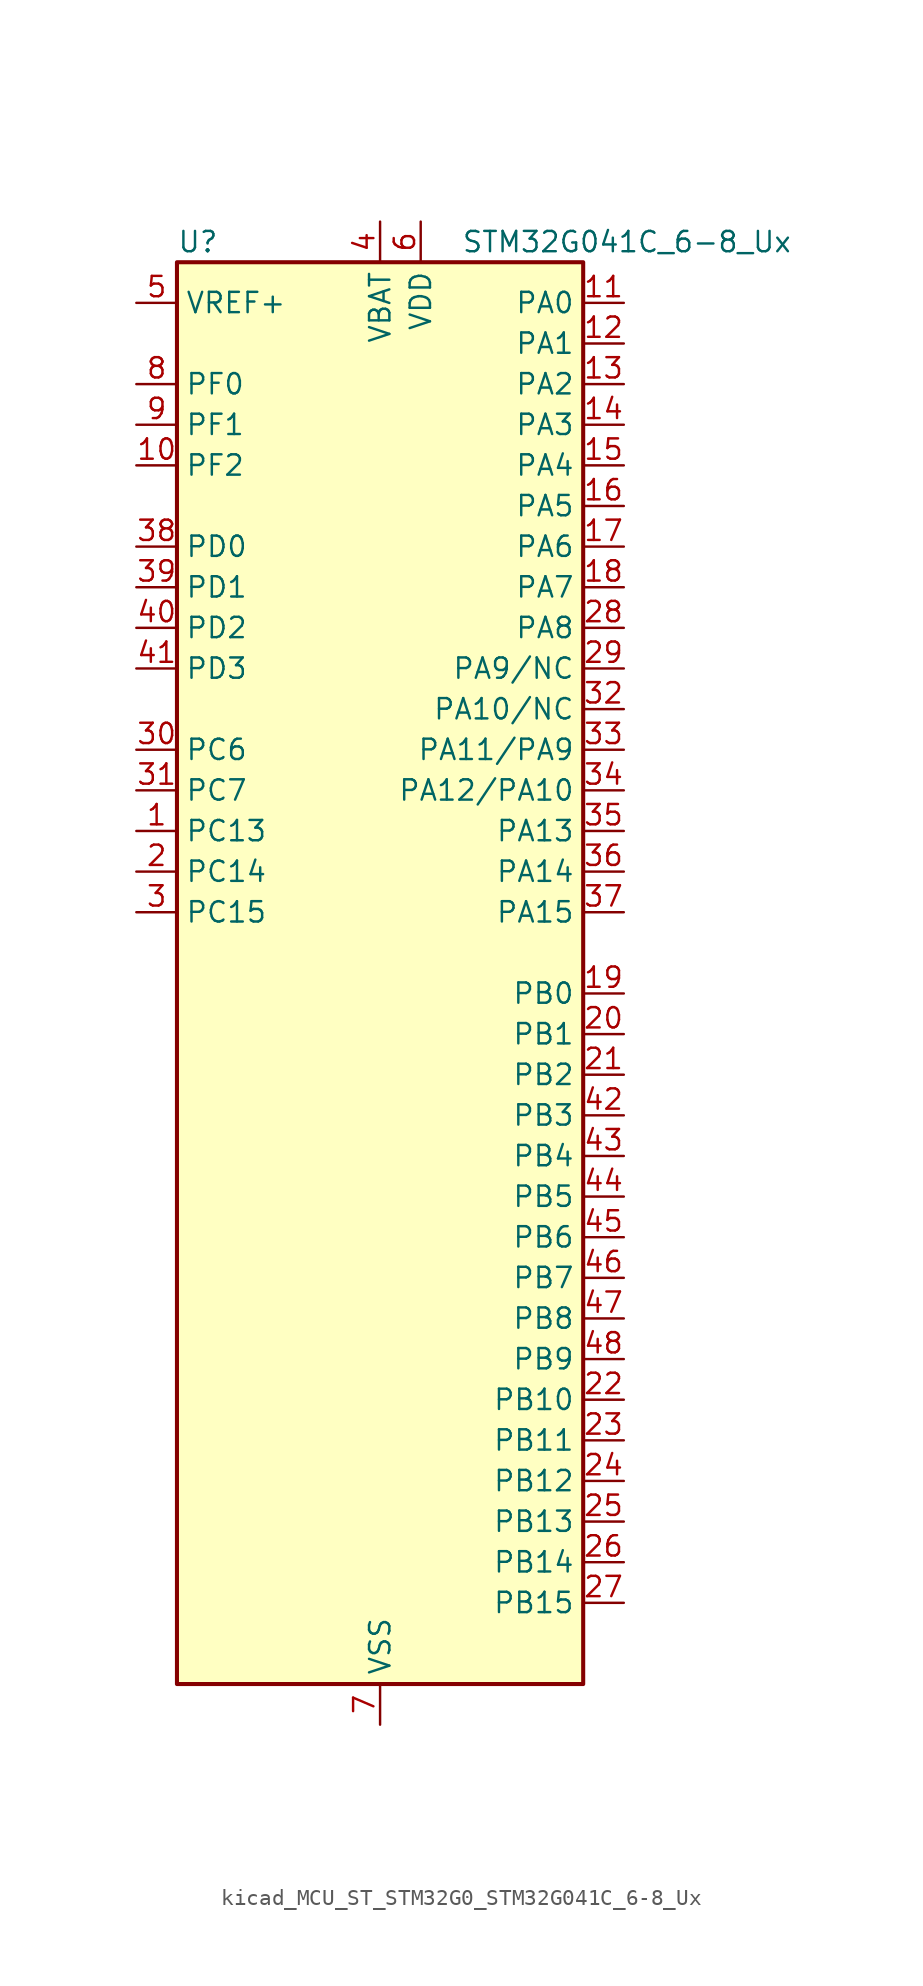
<source format=kicad_sym>
(kicad_symbol_lib
  (version 20220914)
  (generator kicad_symbol_editor)
  (symbol "kicad_MCU_ST_STM32G0_STM32G041C_6-8_Ux"
    (property "Reference" "U"
      (at -12.7 46.99 0)
      (effects (font (size 1.27 1.27)) (justify left)))
    (property "Value" "STM32G041C_6-8_Ux"
      (at 5.08 46.99 0)
      (effects (font (size 1.27 1.27)) (justify left)))
    (property "ki_locked" ""
      (at 0 0 0)
      (effects (font (size 1.27 1.27))))
    (symbol "kicad_MCU_ST_STM32G0_STM32G041C_6-8_Ux_0_1"
      (rectangle (start -12.7 -43.18) (end 12.7 45.72) (stroke (width 0.254) (type default)) (fill (type background))))
    (symbol "kicad_MCU_ST_STM32G0_STM32G041C_6-8_Ux_1_1"
      (pin bidirectional line (at -15.24 10.16 0) (length 2.54) (name "PC13" (effects (font (size 1.27 1.27)))) (number "1" (effects (font (size 1.27 1.27)))) (alternate "RTC_OUT_ALARM" bidirectional line) (alternate "RTC_OUT_CALIB" bidirectional line) (alternate "RTC_TAMP_IN1" bidirectional line) (alternate "RTC_TS" bidirectional line) (alternate "SYS_WKUP2" bidirectional line) (alternate "TIM1_BK" bidirectional line))
      (pin bidirectional line (at -15.24 33.02 0) (length 2.54) (name "PF2" (effects (font (size 1.27 1.27)))) (number "10" (effects (font (size 1.27 1.27)))) (alternate "RCC_MCO" bidirectional line))
      (pin bidirectional line (at 15.24 43.18 180) (length 2.54) (name "PA0" (effects (font (size 1.27 1.27)))) (number "11" (effects (font (size 1.27 1.27)))) (alternate "ADC1_IN0" bidirectional line) (alternate "LPTIM1_OUT" bidirectional line) (alternate "RTC_TAMP_IN2" bidirectional line) (alternate "SPI2_SCK" bidirectional line) (alternate "SYS_WKUP1" bidirectional line) (alternate "TIM2_CH1" bidirectional line) (alternate "TIM2_ETR" bidirectional line) (alternate "USART2_CTS" bidirectional line) (alternate "USART2_NSS" bidirectional line))
      (pin bidirectional line (at 15.24 40.64 180) (length 2.54) (name "PA1" (effects (font (size 1.27 1.27)))) (number "12" (effects (font (size 1.27 1.27)))) (alternate "ADC1_IN1" bidirectional line) (alternate "I2C1_SMBA" bidirectional line) (alternate "I2S1_CK" bidirectional line) (alternate "SPI1_SCK" bidirectional line) (alternate "TIM2_CH2" bidirectional line) (alternate "USART2_CK" bidirectional line) (alternate "USART2_DE" bidirectional line) (alternate "USART2_RTS" bidirectional line))
      (pin bidirectional line (at 15.24 38.1 180) (length 2.54) (name "PA2" (effects (font (size 1.27 1.27)))) (number "13" (effects (font (size 1.27 1.27)))) (alternate "ADC1_IN2" bidirectional line) (alternate "I2S1_SD" bidirectional line) (alternate "LPUART1_TX" bidirectional line) (alternate "RCC_LSCO" bidirectional line) (alternate "SPI1_MOSI" bidirectional line) (alternate "SYS_WKUP4" bidirectional line) (alternate "TIM2_CH3" bidirectional line) (alternate "USART2_TX" bidirectional line))
      (pin bidirectional line (at 15.24 35.56 180) (length 2.54) (name "PA3" (effects (font (size 1.27 1.27)))) (number "14" (effects (font (size 1.27 1.27)))) (alternate "ADC1_IN3" bidirectional line) (alternate "LPUART1_RX" bidirectional line) (alternate "SPI2_MISO" bidirectional line) (alternate "TIM2_CH4" bidirectional line) (alternate "USART2_RX" bidirectional line))
      (pin bidirectional line (at 15.24 33.02 180) (length 2.54) (name "PA4" (effects (font (size 1.27 1.27)))) (number "15" (effects (font (size 1.27 1.27)))) (alternate "ADC1_IN4" bidirectional line) (alternate "I2S1_WS" bidirectional line) (alternate "LPTIM2_OUT" bidirectional line) (alternate "RTC_OUT_ALARM" bidirectional line) (alternate "RTC_OUT_CALIB" bidirectional line) (alternate "SPI1_NSS" bidirectional line) (alternate "SPI2_MOSI" bidirectional line) (alternate "TIM14_CH1" bidirectional line))
      (pin bidirectional line (at 15.24 30.48 180) (length 2.54) (name "PA5" (effects (font (size 1.27 1.27)))) (number "16" (effects (font (size 1.27 1.27)))) (alternate "ADC1_IN5" bidirectional line) (alternate "I2S1_CK" bidirectional line) (alternate "LPTIM2_ETR" bidirectional line) (alternate "SPI1_SCK" bidirectional line) (alternate "TIM2_CH1" bidirectional line) (alternate "TIM2_ETR" bidirectional line))
      (pin bidirectional line (at 15.24 27.94 180) (length 2.54) (name "PA6" (effects (font (size 1.27 1.27)))) (number "17" (effects (font (size 1.27 1.27)))) (alternate "ADC1_IN6" bidirectional line) (alternate "I2S1_MCK" bidirectional line) (alternate "LPUART1_CTS" bidirectional line) (alternate "SPI1_MISO" bidirectional line) (alternate "TIM16_CH1" bidirectional line) (alternate "TIM1_BK" bidirectional line) (alternate "TIM3_CH1" bidirectional line))
      (pin bidirectional line (at 15.24 25.4 180) (length 2.54) (name "PA7" (effects (font (size 1.27 1.27)))) (number "18" (effects (font (size 1.27 1.27)))) (alternate "ADC1_IN7" bidirectional line) (alternate "I2S1_SD" bidirectional line) (alternate "SPI1_MOSI" bidirectional line) (alternate "TIM14_CH1" bidirectional line) (alternate "TIM17_CH1" bidirectional line) (alternate "TIM1_CH1N" bidirectional line) (alternate "TIM3_CH2" bidirectional line))
      (pin bidirectional line (at 15.24 0 180) (length 2.54) (name "PB0" (effects (font (size 1.27 1.27)))) (number "19" (effects (font (size 1.27 1.27)))) (alternate "ADC1_IN8" bidirectional line) (alternate "I2S1_WS" bidirectional line) (alternate "LPTIM1_OUT" bidirectional line) (alternate "SPI1_NSS" bidirectional line) (alternate "TIM1_CH2N" bidirectional line) (alternate "TIM3_CH3" bidirectional line))
      (pin bidirectional line (at -15.24 7.62 0) (length 2.54) (name "PC14" (effects (font (size 1.27 1.27)))) (number "2" (effects (font (size 1.27 1.27)))) (alternate "RCC_OSC32_IN" bidirectional line) (alternate "TIM1_BK2" bidirectional line))
      (pin bidirectional line (at 15.24 -2.54 180) (length 2.54) (name "PB1" (effects (font (size 1.27 1.27)))) (number "20" (effects (font (size 1.27 1.27)))) (alternate "ADC1_IN9" bidirectional line) (alternate "LPTIM2_IN1" bidirectional line) (alternate "LPUART1_DE" bidirectional line) (alternate "LPUART1_RTS" bidirectional line) (alternate "TIM14_CH1" bidirectional line) (alternate "TIM1_CH3N" bidirectional line) (alternate "TIM3_CH4" bidirectional line))
      (pin bidirectional line (at 15.24 -5.08 180) (length 2.54) (name "PB2" (effects (font (size 1.27 1.27)))) (number "21" (effects (font (size 1.27 1.27)))) (alternate "ADC1_IN10" bidirectional line) (alternate "LPTIM1_OUT" bidirectional line) (alternate "SPI2_MISO" bidirectional line))
      (pin bidirectional line (at 15.24 -25.4 180) (length 2.54) (name "PB10" (effects (font (size 1.27 1.27)))) (number "22" (effects (font (size 1.27 1.27)))) (alternate "ADC1_IN11" bidirectional line) (alternate "I2C2_SCL" bidirectional line) (alternate "LPUART1_RX" bidirectional line) (alternate "SPI2_SCK" bidirectional line) (alternate "TIM2_CH3" bidirectional line))
      (pin bidirectional line (at 15.24 -27.94 180) (length 2.54) (name "PB11" (effects (font (size 1.27 1.27)))) (number "23" (effects (font (size 1.27 1.27)))) (alternate "ADC1_EXTI11" bidirectional line) (alternate "ADC1_IN15" bidirectional line) (alternate "I2C2_SDA" bidirectional line) (alternate "LPUART1_TX" bidirectional line) (alternate "SPI2_MOSI" bidirectional line) (alternate "TIM2_CH4" bidirectional line))
      (pin bidirectional line (at 15.24 -30.48 180) (length 2.54) (name "PB12" (effects (font (size 1.27 1.27)))) (number "24" (effects (font (size 1.27 1.27)))) (alternate "ADC1_IN16" bidirectional line) (alternate "LPUART1_DE" bidirectional line) (alternate "LPUART1_RTS" bidirectional line) (alternate "SPI2_NSS" bidirectional line) (alternate "TIM1_BK" bidirectional line))
      (pin bidirectional line (at 15.24 -33.02 180) (length 2.54) (name "PB13" (effects (font (size 1.27 1.27)))) (number "25" (effects (font (size 1.27 1.27)))) (alternate "I2C2_SCL" bidirectional line) (alternate "LPUART1_CTS" bidirectional line) (alternate "SPI2_SCK" bidirectional line) (alternate "TIM1_CH1N" bidirectional line))
      (pin bidirectional line (at 15.24 -35.56 180) (length 2.54) (name "PB14" (effects (font (size 1.27 1.27)))) (number "26" (effects (font (size 1.27 1.27)))) (alternate "I2C2_SDA" bidirectional line) (alternate "SPI2_MISO" bidirectional line) (alternate "TIM1_CH2N" bidirectional line))
      (pin bidirectional line (at 15.24 -38.1 180) (length 2.54) (name "PB15" (effects (font (size 1.27 1.27)))) (number "27" (effects (font (size 1.27 1.27)))) (alternate "RTC_REFIN" bidirectional line) (alternate "SPI2_MOSI" bidirectional line) (alternate "TIM1_CH3N" bidirectional line))
      (pin bidirectional line (at 15.24 22.86 180) (length 2.54) (name "PA8" (effects (font (size 1.27 1.27)))) (number "28" (effects (font (size 1.27 1.27)))) (alternate "LPTIM2_OUT" bidirectional line) (alternate "RCC_MCO" bidirectional line) (alternate "SPI2_NSS" bidirectional line) (alternate "TIM1_CH1" bidirectional line))
      (pin bidirectional line (at 15.24 20.32 180) (length 2.54) (name "PA9/NC" (effects (font (size 1.27 1.27)))) (number "29" (effects (font (size 1.27 1.27)))) (alternate "I2C1_SCL" bidirectional line) (alternate "RCC_MCO" bidirectional line) (alternate "SPI2_MISO" bidirectional line) (alternate "TIM1_CH2" bidirectional line) (alternate "USART1_TX" bidirectional line))
      (pin bidirectional line (at -15.24 5.08 0) (length 2.54) (name "PC15" (effects (font (size 1.27 1.27)))) (number "3" (effects (font (size 1.27 1.27)))) (alternate "RCC_OSC32_EN" bidirectional line) (alternate "RCC_OSC32_OUT" bidirectional line) (alternate "RCC_OSC_EN" bidirectional line))
      (pin bidirectional line (at -15.24 15.24 0) (length 2.54) (name "PC6" (effects (font (size 1.27 1.27)))) (number "30" (effects (font (size 1.27 1.27)))) (alternate "TIM2_CH3" bidirectional line) (alternate "TIM3_CH1" bidirectional line))
      (pin bidirectional line (at -15.24 12.7 0) (length 2.54) (name "PC7" (effects (font (size 1.27 1.27)))) (number "31" (effects (font (size 1.27 1.27)))) (alternate "TIM2_CH4" bidirectional line) (alternate "TIM3_CH2" bidirectional line))
      (pin bidirectional line (at 15.24 17.78 180) (length 2.54) (name "PA10/NC" (effects (font (size 1.27 1.27)))) (number "32" (effects (font (size 1.27 1.27)))) (alternate "I2C1_SDA" bidirectional line) (alternate "SPI2_MOSI" bidirectional line) (alternate "TIM17_BK" bidirectional line) (alternate "TIM1_CH3" bidirectional line) (alternate "USART1_RX" bidirectional line))
      (pin bidirectional line (at 15.24 15.24 180) (length 2.54) (name "PA11/PA9" (effects (font (size 1.27 1.27)))) (number "33" (effects (font (size 1.27 1.27)))) (alternate "ADC1_EXTI11" bidirectional line) (alternate "I2C2_SCL" bidirectional line) (alternate "I2S1_MCK" bidirectional line) (alternate "SPI1_MISO" bidirectional line) (alternate "TIM1_BK2" bidirectional line) (alternate "TIM1_CH4" bidirectional line) (alternate "USART1_CTS" bidirectional line) (alternate "USART1_NSS" bidirectional line))
      (pin bidirectional line (at 15.24 12.7 180) (length 2.54) (name "PA12/PA10" (effects (font (size 1.27 1.27)))) (number "34" (effects (font (size 1.27 1.27)))) (alternate "I2C2_SDA" bidirectional line) (alternate "I2S1_SD" bidirectional line) (alternate "I2S_CKIN" bidirectional line) (alternate "SPI1_MOSI" bidirectional line) (alternate "TIM1_ETR" bidirectional line) (alternate "USART1_CK" bidirectional line) (alternate "USART1_DE" bidirectional line) (alternate "USART1_RTS" bidirectional line))
      (pin bidirectional line (at 15.24 10.16 180) (length 2.54) (name "PA13" (effects (font (size 1.27 1.27)))) (number "35" (effects (font (size 1.27 1.27)))) (alternate "ADC1_IN17" bidirectional line) (alternate "IR_OUT" bidirectional line) (alternate "SYS_SWDIO" bidirectional line))
      (pin bidirectional line (at 15.24 7.62 180) (length 2.54) (name "PA14" (effects (font (size 1.27 1.27)))) (number "36" (effects (font (size 1.27 1.27)))) (alternate "ADC1_IN18" bidirectional line) (alternate "SYS_SWCLK" bidirectional line) (alternate "USART2_TX" bidirectional line))
      (pin bidirectional line (at 15.24 5.08 180) (length 2.54) (name "PA15" (effects (font (size 1.27 1.27)))) (number "37" (effects (font (size 1.27 1.27)))) (alternate "I2S1_WS" bidirectional line) (alternate "SPI1_NSS" bidirectional line) (alternate "TIM2_CH1" bidirectional line) (alternate "TIM2_ETR" bidirectional line) (alternate "USART2_RX" bidirectional line))
      (pin bidirectional line (at -15.24 27.94 0) (length 2.54) (name "PD0" (effects (font (size 1.27 1.27)))) (number "38" (effects (font (size 1.27 1.27)))) (alternate "SPI2_NSS" bidirectional line) (alternate "TIM16_CH1" bidirectional line))
      (pin bidirectional line (at -15.24 25.4 0) (length 2.54) (name "PD1" (effects (font (size 1.27 1.27)))) (number "39" (effects (font (size 1.27 1.27)))) (alternate "SPI2_SCK" bidirectional line) (alternate "TIM17_CH1" bidirectional line))
      (pin power_in line (at 0 48.26 270) (length 2.54) (name "VBAT" (effects (font (size 1.27 1.27)))) (number "4" (effects (font (size 1.27 1.27)))))
      (pin bidirectional line (at -15.24 22.86 0) (length 2.54) (name "PD2" (effects (font (size 1.27 1.27)))) (number "40" (effects (font (size 1.27 1.27)))) (alternate "TIM1_CH1N" bidirectional line) (alternate "TIM3_ETR" bidirectional line))
      (pin bidirectional line (at -15.24 20.32 0) (length 2.54) (name "PD3" (effects (font (size 1.27 1.27)))) (number "41" (effects (font (size 1.27 1.27)))) (alternate "SPI2_MISO" bidirectional line) (alternate "TIM1_CH2N" bidirectional line) (alternate "USART2_CTS" bidirectional line) (alternate "USART2_NSS" bidirectional line))
      (pin bidirectional line (at 15.24 -7.62 180) (length 2.54) (name "PB3" (effects (font (size 1.27 1.27)))) (number "42" (effects (font (size 1.27 1.27)))) (alternate "I2S1_CK" bidirectional line) (alternate "SPI1_SCK" bidirectional line) (alternate "TIM1_CH2" bidirectional line) (alternate "TIM2_CH2" bidirectional line) (alternate "USART1_CK" bidirectional line) (alternate "USART1_DE" bidirectional line) (alternate "USART1_RTS" bidirectional line))
      (pin bidirectional line (at 15.24 -10.16 180) (length 2.54) (name "PB4" (effects (font (size 1.27 1.27)))) (number "43" (effects (font (size 1.27 1.27)))) (alternate "I2S1_MCK" bidirectional line) (alternate "SPI1_MISO" bidirectional line) (alternate "TIM17_BK" bidirectional line) (alternate "TIM3_CH1" bidirectional line) (alternate "USART1_CTS" bidirectional line) (alternate "USART1_NSS" bidirectional line))
      (pin bidirectional line (at 15.24 -12.7 180) (length 2.54) (name "PB5" (effects (font (size 1.27 1.27)))) (number "44" (effects (font (size 1.27 1.27)))) (alternate "I2C1_SMBA" bidirectional line) (alternate "I2S1_SD" bidirectional line) (alternate "LPTIM1_IN1" bidirectional line) (alternate "SPI1_MOSI" bidirectional line) (alternate "SYS_WKUP6" bidirectional line) (alternate "TIM16_BK" bidirectional line) (alternate "TIM3_CH2" bidirectional line))
      (pin bidirectional line (at 15.24 -15.24 180) (length 2.54) (name "PB6" (effects (font (size 1.27 1.27)))) (number "45" (effects (font (size 1.27 1.27)))) (alternate "I2C1_SCL" bidirectional line) (alternate "LPTIM1_ETR" bidirectional line) (alternate "SPI2_MISO" bidirectional line) (alternate "TIM16_CH1N" bidirectional line) (alternate "TIM1_CH3" bidirectional line) (alternate "USART1_TX" bidirectional line))
      (pin bidirectional line (at 15.24 -17.78 180) (length 2.54) (name "PB7" (effects (font (size 1.27 1.27)))) (number "46" (effects (font (size 1.27 1.27)))) (alternate "I2C1_SDA" bidirectional line) (alternate "LPTIM1_IN2" bidirectional line) (alternate "SPI2_MOSI" bidirectional line) (alternate "SYS_PVD_IN" bidirectional line) (alternate "TIM17_CH1N" bidirectional line) (alternate "USART1_RX" bidirectional line))
      (pin bidirectional line (at 15.24 -20.32 180) (length 2.54) (name "PB8" (effects (font (size 1.27 1.27)))) (number "47" (effects (font (size 1.27 1.27)))) (alternate "I2C1_SCL" bidirectional line) (alternate "SPI2_SCK" bidirectional line) (alternate "TIM16_CH1" bidirectional line))
      (pin bidirectional line (at 15.24 -22.86 180) (length 2.54) (name "PB9" (effects (font (size 1.27 1.27)))) (number "48" (effects (font (size 1.27 1.27)))) (alternate "I2C1_SDA" bidirectional line) (alternate "IR_OUT" bidirectional line) (alternate "SPI2_NSS" bidirectional line) (alternate "TIM17_CH1" bidirectional line))
      (pin passive line (at 0 -45.72 90) (length 2.54) hide (name "VSS" (effects (font (size 1.27 1.27)))) (number "49" (effects (font (size 1.27 1.27)))))
      (pin input line (at -15.24 43.18 0) (length 2.54) (name "VREF+" (effects (font (size 1.27 1.27)))) (number "5" (effects (font (size 1.27 1.27)))) (alternate "VREFBUF_OUT" bidirectional line))
      (pin power_in line (at 2.54 48.26 270) (length 2.54) (name "VDD" (effects (font (size 1.27 1.27)))) (number "6" (effects (font (size 1.27 1.27)))))
      (pin power_in line (at 0 -45.72 90) (length 2.54) (name "VSS" (effects (font (size 1.27 1.27)))) (number "7" (effects (font (size 1.27 1.27)))))
      (pin bidirectional line (at -15.24 38.1 0) (length 2.54) (name "PF0" (effects (font (size 1.27 1.27)))) (number "8" (effects (font (size 1.27 1.27)))) (alternate "RCC_OSC_IN" bidirectional line) (alternate "TIM14_CH1" bidirectional line))
      (pin bidirectional line (at -15.24 35.56 0) (length 2.54) (name "PF1" (effects (font (size 1.27 1.27)))) (number "9" (effects (font (size 1.27 1.27)))) (alternate "RCC_OSC_EN" bidirectional line) (alternate "RCC_OSC_OUT" bidirectional line)))))
</source>
